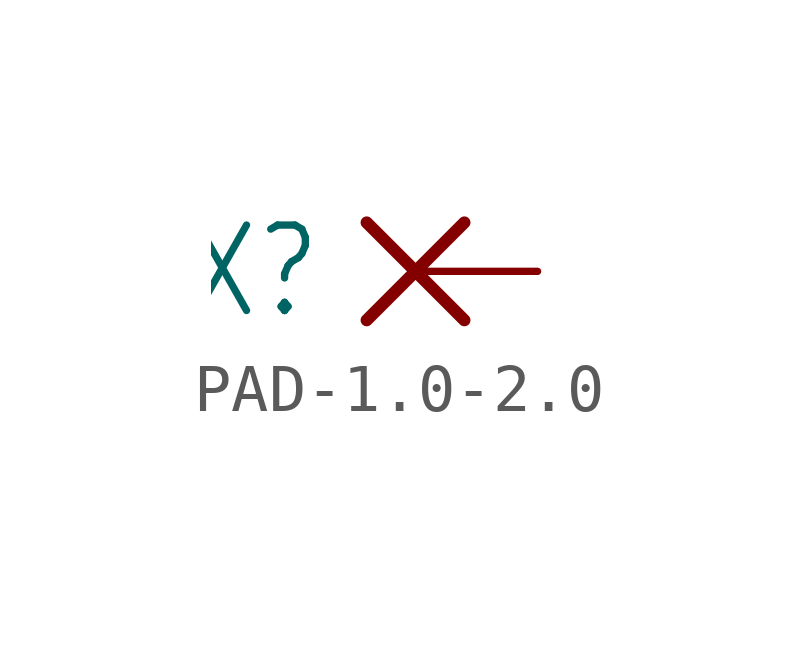
<source format=kicad_sym>
(kicad_symbol_lib
  (version 20231120)
  (generator "kicad_symbol_editor")
  (generator_version "8.0")
  (symbol "PAD-1.0-2.0"
    (property "Reference" "X"
      (at -1.905 0 0)
      (effects (font (size 1.778 1.511)) (justify right)))
    (property "ki_locked" ""
      (at 0 0 0)
      (effects (font (size 1.27 1.27))))
    (symbol "PAD-1.0-2.0_1_0"
      (polyline (pts (xy -1.016 -1.016) (xy 1.016 1.016)) (stroke (width 0.254) (type solid)) (fill (type none)))
      (polyline (pts (xy -1.016 1.016) (xy 1.016 -1.016)) (stroke (width 0.254) (type solid)) (fill (type none)))
      (pin passive line (at 2.54 0 180) (length 2.54) (name "P" (effects (font (size 0 0)))) (number "1" (effects (font (size 0 0))))))))
</source>
